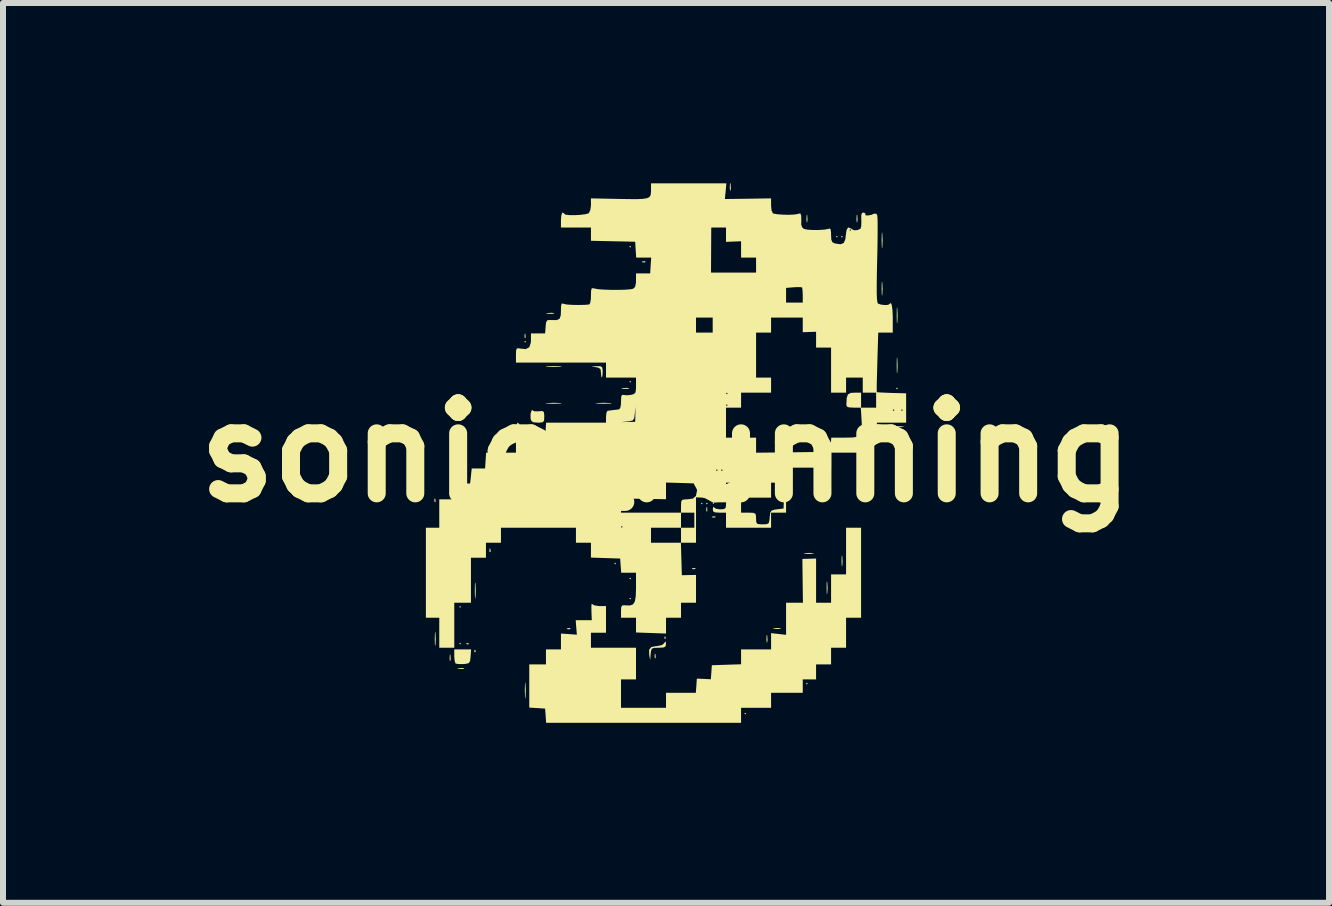
<source format=kicad_pcb>
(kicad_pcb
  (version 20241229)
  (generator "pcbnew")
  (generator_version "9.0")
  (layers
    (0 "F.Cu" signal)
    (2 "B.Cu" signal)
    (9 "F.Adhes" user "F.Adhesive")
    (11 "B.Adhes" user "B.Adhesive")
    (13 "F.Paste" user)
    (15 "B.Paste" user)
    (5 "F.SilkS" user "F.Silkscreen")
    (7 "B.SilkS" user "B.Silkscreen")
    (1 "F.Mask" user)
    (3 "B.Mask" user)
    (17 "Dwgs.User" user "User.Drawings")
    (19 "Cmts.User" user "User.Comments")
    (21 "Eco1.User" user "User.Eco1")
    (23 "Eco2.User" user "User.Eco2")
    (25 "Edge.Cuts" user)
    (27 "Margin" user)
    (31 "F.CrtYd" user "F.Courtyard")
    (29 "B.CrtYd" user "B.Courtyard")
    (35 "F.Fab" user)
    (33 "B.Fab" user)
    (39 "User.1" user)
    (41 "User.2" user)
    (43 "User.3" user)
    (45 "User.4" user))
  (footprint "sonic_running"
    (layer "F.Cu")
    (at 8.05 4.494)
    (property "Reference" "sonic_running" (at 0 0 0) (layer "F.SilkS") (effects (font (size 1.5 1.5) (thickness 0.3))))
    (attr board_only exclude_from_pos_files exclude_from_bom)
    (fp_poly (pts (xy -3.585 0.681) (xy -3.599 0.695) (xy -3.613 0.681) (xy -3.599 0.667)) (stroke (width 0) (type solid)) (fill yes) (layer "F.SilkS"))
    (fp_poly (pts (xy -3.418 2.571) (xy -3.432 2.584) (xy -3.446 2.571) (xy -3.432 2.557)) (stroke (width 0) (type solid)) (fill yes) (layer "F.SilkS"))
    (fp_poly (pts (xy -3.418 3.182) (xy -3.432 3.196) (xy -3.446 3.182) (xy -3.432 3.168)) (stroke (width 0) (type solid)) (fill yes) (layer "F.SilkS"))
    (fp_poly (pts (xy -3.335 0.431) (xy -3.349 0.445) (xy -3.363 0.431) (xy -3.349 0.417)) (stroke (width 0) (type solid)) (fill yes) (layer "F.SilkS"))
    (fp_poly (pts (xy -2.334 -1.848) (xy -2.348 -1.834) (xy -2.362 -1.848) (xy -2.348 -1.862)) (stroke (width 0) (type solid)) (fill yes) (layer "F.SilkS"))
    (fp_poly (pts (xy -0.834 1.848) (xy -0.848 1.862) (xy -0.861 1.848) (xy -0.848 1.834)) (stroke (width 0) (type solid)) (fill yes) (layer "F.SilkS"))
    (fp_poly (pts (xy -0.584 -3.432) (xy -0.597 -3.418) (xy -0.611 -3.432) (xy -0.597 -3.446)) (stroke (width 0) (type solid)) (fill yes) (layer "F.SilkS"))
    (fp_poly (pts (xy -0.584 -1.181) (xy -0.597 -1.167) (xy -0.611 -1.181) (xy -0.597 -1.195)) (stroke (width 0) (type solid)) (fill yes) (layer "F.SilkS"))
    (fp_poly (pts (xy -0.584 2.098) (xy -0.597 2.112) (xy -0.611 2.098) (xy -0.597 2.084)) (stroke (width 0) (type solid)) (fill yes) (layer "F.SilkS"))
    (fp_poly (pts (xy -0.584 2.432) (xy -0.597 2.446) (xy -0.611 2.432) (xy -0.597 2.418)) (stroke (width 0) (type solid)) (fill yes) (layer "F.SilkS"))
    (fp_poly (pts (xy 0.611 0.848) (xy 0.597 0.861) (xy 0.584 0.848) (xy 0.597 0.834)) (stroke (width 0) (type solid)) (fill yes) (layer "F.SilkS"))
    (fp_poly (pts (xy 0.695 0.848) (xy 0.681 0.861) (xy 0.667 0.848) (xy 0.681 0.834)) (stroke (width 0) (type solid)) (fill yes) (layer "F.SilkS"))
    (fp_poly (pts (xy 1.334 4.349) (xy 1.32 4.363) (xy 1.306 4.349) (xy 1.32 4.335)) (stroke (width 0) (type solid)) (fill yes) (layer "F.SilkS"))
    (fp_poly (pts (xy 2.112 0.347) (xy 2.098 0.361) (xy 2.084 0.347) (xy 2.098 0.333)) (stroke (width 0) (type solid)) (fill yes) (layer "F.SilkS"))
    (fp_poly (pts (xy 2.362 3.849) (xy 2.348 3.863) (xy 2.334 3.849) (xy 2.348 3.835)) (stroke (width 0) (type solid)) (fill yes) (layer "F.SilkS"))
    (fp_poly (pts (xy 2.862 -3.599) (xy 2.848 -3.585) (xy 2.835 -3.599) (xy 2.848 -3.613)) (stroke (width 0) (type solid)) (fill yes) (layer "F.SilkS"))
    (fp_poly (pts (xy 2.946 -3.599) (xy 2.932 -3.585) (xy 2.918 -3.599) (xy 2.932 -3.613)) (stroke (width 0) (type solid)) (fill yes) (layer "F.SilkS"))
    (fp_poly (pts (xy 3.613 -0.431) (xy 3.599 -0.417) (xy 3.585 -0.431) (xy 3.599 -0.445)) (stroke (width 0) (type solid)) (fill yes) (layer "F.SilkS"))
    (fp_poly (pts (xy 3.863 -1.07) (xy 3.849 -1.056) (xy 3.835 -1.07) (xy 3.849 -1.084)) (stroke (width 0) (type solid)) (fill yes) (layer "F.SilkS"))
    (fp_poly (pts (xy -3.844 0.773) (xy -3.841 0.816) (xy -3.846 0.826) (xy -3.859 0.818) (xy -3.861 0.79) (xy -3.854 0.76)) (stroke (width 0) (type solid)) (fill yes) (layer "F.SilkS"))
    (fp_poly (pts (xy -3.288 3.177) (xy -3.292 3.194) (xy -3.307 3.196) (xy -3.33 3.186) (xy -3.326 3.177) (xy -3.293 3.174)) (stroke (width 0) (type solid)) (fill yes) (layer "F.SilkS"))
    (fp_poly (pts (xy -3.177 3.288) (xy -3.174 3.321) (xy -3.177 3.326) (xy -3.194 3.322) (xy -3.196 3.307) (xy -3.186 3.284)) (stroke (width 0) (type solid)) (fill yes) (layer "F.SilkS"))
    (fp_poly (pts (xy -2.927 1.607) (xy -2.923 1.65) (xy -2.929 1.66) (xy -2.942 1.652) (xy -2.944 1.623) (xy -2.937 1.594)) (stroke (width 0) (type solid)) (fill yes) (layer "F.SilkS"))
    (fp_poly (pts (xy -2.344 -1.98) (xy -2.34 -1.923) (xy -2.344 -1.911) (xy -2.354 -1.907) (xy -2.358 -1.945) (xy -2.353 -1.985)) (stroke (width 0) (type solid)) (fill yes) (layer "F.SilkS"))
    (fp_poly (pts (xy -1.592 2.929) (xy -1.6 2.942) (xy -1.628 2.944) (xy -1.658 2.937) (xy -1.645 2.927) (xy -1.601 2.923)) (stroke (width 0) (type solid)) (fill yes) (layer "F.SilkS"))
    (fp_poly (pts (xy -0.341 -3.185) (xy -0.349 -3.172) (xy -0.377 -3.17) (xy -0.407 -3.177) (xy -0.394 -3.187) (xy -0.351 -3.19)) (stroke (width 0) (type solid)) (fill yes) (layer "F.SilkS"))
    (fp_poly (pts (xy -0.176 3.356) (xy -0.172 3.413) (xy -0.176 3.425) (xy -0.186 3.429) (xy -0.19 3.39) (xy -0.186 3.351)) (stroke (width 0) (type solid)) (fill yes) (layer "F.SilkS"))
    (fp_poly (pts (xy -0.009 3.066) (xy -0.006 3.099) (xy -0.009 3.103) (xy -0.026 3.099) (xy -0.028 3.085) (xy -0.018 3.062)) (stroke (width 0) (type solid)) (fill yes) (layer "F.SilkS"))
    (fp_poly (pts (xy 0.493 1.929) (xy 0.484 1.941) (xy 0.456 1.943) (xy 0.427 1.936) (xy 0.439 1.926) (xy 0.483 1.923)) (stroke (width 0) (type solid)) (fill yes) (layer "F.SilkS"))
    (fp_poly (pts (xy 0.685 0.91) (xy 0.689 0.967) (xy 0.685 0.98) (xy 0.675 0.983) (xy 0.671 0.945) (xy 0.676 0.905)) (stroke (width 0) (type solid)) (fill yes) (layer "F.SilkS"))
    (fp_poly (pts (xy 0.797 0.815) (xy 0.8 0.848) (xy 0.797 0.852) (xy 0.78 0.848) (xy 0.778 0.834) (xy 0.788 0.811)) (stroke (width 0) (type solid)) (fill yes) (layer "F.SilkS"))
    (fp_poly (pts (xy 0.826 1.067) (xy 0.818 1.08) (xy 0.79 1.082) (xy 0.76 1.075) (xy 0.773 1.065) (xy 0.816 1.062)) (stroke (width 0) (type solid)) (fill yes) (layer "F.SilkS"))
    (fp_poly (pts (xy -3.594 3.37) (xy -3.589 3.44) (xy -3.594 3.467) (xy -3.602 3.475) (xy -3.606 3.437) (xy -3.606 3.418) (xy -3.603 3.368) (xy -3.596 3.362)) (stroke (width 0) (type solid)) (fill yes) (layer "F.SilkS"))
    (fp_poly (pts (xy -3.37 3.594) (xy -3.361 3.602) (xy -3.399 3.606) (xy -3.418 3.606) (xy -3.469 3.603) (xy -3.475 3.596) (xy -3.467 3.594) (xy -3.396 3.589)) (stroke (width 0) (type solid)) (fill yes) (layer "F.SilkS"))
    (fp_poly (pts (xy -1.869 -2.326) (xy -1.862 -2.318) (xy -1.902 -2.314) (xy -1.931 -2.314) (xy -1.985 -2.316) (xy -1.993 -2.323) (xy -1.98 -2.326) (xy -1.907 -2.331)) (stroke (width 0) (type solid)) (fill yes) (layer "F.SilkS"))
    (fp_poly (pts (xy -0.618 -1.075) (xy -0.612 -1.068) (xy -0.651 -1.063) (xy -0.681 -1.063) (xy -0.735 -1.066) (xy -0.743 -1.072) (xy -0.729 -1.076) (xy -0.657 -1.08)) (stroke (width 0) (type solid)) (fill yes) (layer "F.SilkS"))
    (fp_poly (pts (xy 1.076 -4.481) (xy 1.08 -4.408) (xy 1.075 -4.37) (xy 1.068 -4.363) (xy 1.063 -4.403) (xy 1.063 -4.432) (xy 1.066 -4.486) (xy 1.072 -4.494)) (stroke (width 0) (type solid)) (fill yes) (layer "F.SilkS"))
    (fp_poly (pts (xy 1.687 3.05) (xy 1.692 3.123) (xy 1.686 3.161) (xy 1.679 3.168) (xy 1.675 3.128) (xy 1.674 3.099) (xy 1.677 3.045) (xy 1.683 3.037)) (stroke (width 0) (type solid)) (fill yes) (layer "F.SilkS"))
    (fp_poly (pts (xy 1.911 2.927) (xy 1.917 2.934) (xy 1.877 2.938) (xy 1.848 2.939) (xy 1.794 2.936) (xy 1.786 2.93) (xy 1.8 2.926) (xy 1.872 2.922)) (stroke (width 0) (type solid)) (fill yes) (layer "F.SilkS"))
    (fp_poly (pts (xy 2.354 -3.953) (xy 2.358 -3.88) (xy 2.353 -3.842) (xy 2.346 -3.835) (xy 2.342 -3.875) (xy 2.341 -3.904) (xy 2.344 -3.958) (xy 2.35 -3.966)) (stroke (width 0) (type solid)) (fill yes) (layer "F.SilkS"))
    (fp_poly (pts (xy 2.453 1.676) (xy 2.464 1.682) (xy 2.428 1.686) (xy 2.376 1.687) (xy 2.313 1.685) (xy 2.295 1.68) (xy 2.314 1.675) (xy 2.396 1.671)) (stroke (width 0) (type solid)) (fill yes) (layer "F.SilkS"))
    (fp_poly (pts (xy 2.938 1.73) (xy 2.942 1.82) (xy 2.938 1.883) (xy 2.932 1.9) (xy 2.928 1.868) (xy 2.926 1.806) (xy 2.928 1.738) (xy 2.932 1.712)) (stroke (width 0) (type solid)) (fill yes) (layer "F.SilkS"))
    (fp_poly (pts (xy 3.188 -3.953) (xy 3.192 -3.88) (xy 3.187 -3.842) (xy 3.18 -3.835) (xy 3.175 -3.875) (xy 3.175 -3.904) (xy 3.178 -3.958) (xy 3.184 -3.966)) (stroke (width 0) (type solid)) (fill yes) (layer "F.SilkS"))
    (fp_poly (pts (xy 3.495 -0.186) (xy 3.501 -0.178) (xy 3.461 -0.174) (xy 3.432 -0.174) (xy 3.378 -0.176) (xy 3.37 -0.183) (xy 3.384 -0.186) (xy 3.456 -0.191)) (stroke (width 0) (type solid)) (fill yes) (layer "F.SilkS"))
    (fp_poly (pts (xy 3.603 -0.359) (xy 3.604 -0.354) (xy 3.608 -0.293) (xy 3.603 -0.27) (xy 3.594 -0.269) (xy 3.59 -0.313) (xy 3.59 -0.32) (xy 3.594 -0.363)) (stroke (width 0) (type solid)) (fill yes) (layer "F.SilkS"))
    (fp_poly (pts (xy 3.954 -0.436) (xy 3.965 -0.43) (xy 3.928 -0.426) (xy 3.877 -0.425) (xy 3.814 -0.427) (xy 3.795 -0.432) (xy 3.815 -0.437) (xy 3.897 -0.441)) (stroke (width 0) (type solid)) (fill yes) (layer "F.SilkS"))
    (fp_poly (pts (xy 2.687 2.155) (xy 2.688 2.161) (xy 2.693 2.258) (xy 2.688 2.341) (xy 2.682 2.362) (xy 2.679 2.334) (xy 2.677 2.262) (xy 2.677 2.251) (xy 2.678 2.175) (xy 2.682 2.141)) (stroke (width 0) (type solid)) (fill yes) (layer "F.SilkS"))
    (fp_poly (pts (xy -3.844 2.997) (xy -3.843 3.009) (xy -3.838 3.107) (xy -3.842 3.2) (xy -3.843 3.203) (xy -3.848 3.223) (xy -3.852 3.193) (xy -3.854 3.12) (xy -3.854 3.099) (xy -3.852 3.02) (xy -3.849 2.984)) (stroke (width 0) (type solid)) (fill yes) (layer "F.SilkS"))
    (fp_poly (pts (xy -3.178 2.169) (xy -3.175 2.189) (xy -3.171 2.294) (xy -3.174 2.398) (xy -3.176 2.412) (xy -3.18 2.434) (xy -3.184 2.407) (xy -3.186 2.337) (xy -3.186 2.293) (xy -3.185 2.207) (xy -3.182 2.164)) (stroke (width 0) (type solid)) (fill yes) (layer "F.SilkS"))
    (fp_poly (pts (xy -2.344 3.836) (xy -2.342 3.857) (xy -2.337 3.962) (xy -2.341 4.065) (xy -2.342 4.079) (xy -2.347 4.102) (xy -2.35 4.075) (xy -2.352 4.004) (xy -2.353 3.96) (xy -2.351 3.874) (xy -2.348 3.831)) (stroke (width 0) (type solid)) (fill yes) (layer "F.SilkS"))
    (fp_poly (pts (xy -1.771 -1.439) (xy -1.757 -1.437) (xy -1.734 -1.433) (xy -1.761 -1.429) (xy -1.831 -1.427) (xy -1.876 -1.427) (xy -1.962 -1.428) (xy -2.005 -1.431) (xy -2 -1.435) (xy -1.979 -1.438) (xy -1.874 -1.442)) (stroke (width 0) (type solid)) (fill yes) (layer "F.SilkS"))
    (fp_poly (pts (xy -1.771 -0.827) (xy -1.757 -0.826) (xy -1.734 -0.821) (xy -1.761 -0.818) (xy -1.831 -0.816) (xy -1.876 -0.815) (xy -1.962 -0.817) (xy -2.005 -0.82) (xy -2 -0.824) (xy -1.979 -0.826) (xy -1.874 -0.831)) (stroke (width 0) (type solid)) (fill yes) (layer "F.SilkS"))
    (fp_poly (pts (xy -0.937 -0.827) (xy -0.923 -0.826) (xy -0.901 -0.821) (xy -0.927 -0.818) (xy -0.998 -0.816) (xy -1.042 -0.815) (xy -1.128 -0.817) (xy -1.171 -0.82) (xy -1.166 -0.824) (xy -1.146 -0.826) (xy -1.041 -0.831)) (stroke (width 0) (type solid)) (fill yes) (layer "F.SilkS"))
    (fp_poly (pts (xy 3.603 -3.667) (xy 3.605 -3.647) (xy 3.61 -3.542) (xy 3.606 -3.438) (xy 3.605 -3.424) (xy 3.6 -3.402) (xy 3.597 -3.429) (xy 3.595 -3.499) (xy 3.594 -3.543) (xy 3.596 -3.629) (xy 3.599 -3.672)) (stroke (width 0) (type solid)) (fill yes) (layer "F.SilkS"))
    (fp_poly (pts (xy 3.604 -2.839) (xy 3.605 -2.827) (xy 3.61 -2.729) (xy 3.605 -2.636) (xy 3.605 -2.632) (xy 3.6 -2.613) (xy 3.596 -2.643) (xy 3.594 -2.716) (xy 3.594 -2.737) (xy 3.595 -2.816) (xy 3.599 -2.852)) (stroke (width 0) (type solid)) (fill yes) (layer "F.SilkS"))
    (fp_poly (pts (xy 3.853 -2.417) (xy 3.855 -2.396) (xy 3.86 -2.291) (xy 3.856 -2.188) (xy 3.855 -2.174) (xy 3.85 -2.151) (xy 3.847 -2.178) (xy 3.845 -2.248) (xy 3.845 -2.293) (xy 3.846 -2.379) (xy 3.849 -2.422)) (stroke (width 0) (type solid)) (fill yes) (layer "F.SilkS"))
    (fp_poly (pts (xy 3.853 -1.583) (xy 3.855 -1.562) (xy 3.86 -1.457) (xy 3.856 -1.354) (xy 3.855 -1.34) (xy 3.85 -1.317) (xy 3.847 -1.344) (xy 3.845 -1.415) (xy 3.845 -1.459) (xy 3.846 -1.545) (xy 3.849 -1.588)) (stroke (width 0) (type solid)) (fill yes) (layer "F.SilkS"))
    (fp_poly (pts (xy 3.251 -0.875) (xy 3.251 -0.75) (xy 3.128 -0.75) (xy 3.051 -0.754) (xy 3.015 -0.768) (xy 3.006 -0.802) (xy 3.006 -0.813) (xy 3.012 -0.913) (xy 3.032 -0.97) (xy 3.074 -0.995) (xy 3.141 -1) (xy 3.251 -1)) (stroke (width 0) (type solid)) (fill yes) (layer "F.SilkS"))
    (fp_poly (pts (xy -3.257 3.397) (xy -3.265 3.472) (xy -3.286 3.507) (xy -3.335 3.52) (xy -3.377 3.524) (xy -3.453 3.524) (xy -3.503 3.516) (xy -3.509 3.512) (xy -3.522 3.474) (xy -3.529 3.404) (xy -3.529 3.386) (xy -3.529 3.279) (xy -3.389 3.279) (xy -3.248 3.279)) (stroke (width 0) (type solid)) (fill yes) (layer "F.SilkS"))
    (fp_poly (pts (xy -1.092 -1.44) (xy -1.063 -1.421) (xy -1.056 -1.369) (xy -1.056 -1.348) (xy -1.06 -1.283) (xy -1.068 -1.251) (xy -1.07 -1.251) (xy -1.08 -1.275) (xy -1.084 -1.332) (xy -1.091 -1.39) (xy -1.126 -1.416) (xy -1.174 -1.425) (xy -1.23 -1.432) (xy -1.235 -1.436) (xy -1.187 -1.439) (xy -1.16 -1.441)) (stroke (width 0) (type solid)) (fill yes) (layer "F.SilkS"))
    (fp_poly (pts (xy -2.225 -0.707) (xy -2.199 -0.69) (xy -2.136 -0.688) (xy -2.126 -0.689) (xy -2.062 -0.694) (xy -2.035 -0.675) (xy -2.029 -0.62) (xy -2.029 -0.601) (xy -2.032 -0.536) (xy -2.053 -0.507) (xy -2.108 -0.5) (xy -2.137 -0.5) (xy -2.209 -0.506) (xy -2.244 -0.528) (xy -2.257 -0.565) (xy -2.258 -0.64) (xy -2.248 -0.683) (xy -2.231 -0.714)) (stroke (width 0) (type solid)) (fill yes) (layer "F.SilkS"))
    (fp_poly (pts (xy -0.002 3.165) (xy -0.001 3.189) (xy -0.007 3.228) (xy -0.036 3.246) (xy -0.102 3.251) (xy -0.123 3.251) (xy -0.2 3.254) (xy -0.237 3.269) (xy -0.251 3.311) (xy -0.256 3.356) (xy -0.264 3.46) (xy -0.28 3.37) (xy -0.282 3.287) (xy -0.246 3.24) (xy -0.166 3.224) (xy -0.149 3.224) (xy -0.067 3.207) (xy -0.03 3.175) (xy -0.009 3.145)) (stroke (width 0) (type solid)) (fill yes) (layer "F.SilkS"))
    (fp_poly (pts (xy 3.251 2.001) (xy 3.251 2.751) (xy 3.126 2.751) (xy 3.001 2.751) (xy 3.001 3.001) (xy 3.001 3.251) (xy 2.876 3.251) (xy 2.751 3.251) (xy 2.751 3.39) (xy 2.751 3.529) (xy 2.626 3.529) (xy 2.501 3.529) (xy 2.501 3.654) (xy 2.501 3.779) (xy 2.39 3.779) (xy 2.279 3.779) (xy 2.279 3.891) (xy 2.279 4.002) (xy 2.015 4.002) (xy 1.751 4.002) (xy 1.751 4.127) (xy 1.751 4.252) (xy 1.501 4.252) (xy 1.251 4.252) (xy 1.251 4.377) (xy 1.251 4.502) (xy -0.374 4.502) (xy -1.998 4.502) (xy -2.006 4.384) (xy -2.015 4.266) (xy -2.147 4.257) (xy -2.279 4.249) (xy -2.279 3.889) (xy -2.279 3.529) (xy -2.14 3.529) (xy -2.001 3.529) (xy -2.001 3.404) (xy -2.001 3.279) (xy -1.876 3.279) (xy -1.751 3.279) (xy -1.751 3.147) (xy -1.751 3.015) (xy -1.618 3.024) (xy -1.486 3.034) (xy -1.496 2.913) (xy -1.505 2.793) (xy -1.371 2.793) (xy -1.237 2.793) (xy -1.243 2.64) (xy -1.244 2.564) (xy -1.24 2.522) (xy -1.234 2.522) (xy -1.198 2.544) (xy -1.129 2.556) (xy -1.109 2.557) (xy -1 2.557) (xy -1 2.779) (xy -1 3.001) (xy -1.125 3.001) (xy -1.251 3.001) (xy -1.251 3.126) (xy -1.251 3.251) (xy -0.875 3.251) (xy -0.5 3.251) (xy -0.5 3.515) (xy -0.5 3.779) (xy -0.625 3.779) (xy -0.75 3.779) (xy -0.75 4.016) (xy -0.75 4.252) (xy -0.375 4.252) (xy 0 4.252) (xy 0 4.127) (xy 0 4.002) (xy 0.249 4.002) (xy 0.497 4.002) (xy 0.506 3.884) (xy 0.514 3.766) (xy 0.631 3.771) (xy 0.747 3.777) (xy 0.756 3.66) (xy 0.764 3.543) (xy 1.007 3.535) (xy 1.251 3.527) (xy 1.251 3.403) (xy 1.251 3.279) (xy 1.501 3.279) (xy 1.751 3.279) (xy 1.751 3.144) (xy 1.751 3.008) (xy 1.876 3.022) (xy 2.001 3.036) (xy 2.001 2.769) (xy 2.001 2.501) (xy 2.141 2.501) (xy 2.282 2.501) (xy 2.277 2.136) (xy 2.273 1.771) (xy 2.387 1.768) (xy 2.501 1.765) (xy 2.501 2.133) (xy 2.501 2.501) (xy 2.626 2.501) (xy 2.751 2.501) (xy 2.751 2.265) (xy 2.751 2.029) (xy 2.876 2.029) (xy 3.001 2.029) (xy 3.001 1.64) (xy 3.001 1.251) (xy 3.126 1.251) (xy 3.251 1.251)) (stroke (width 0) (type solid)) (fill yes) (layer "F.SilkS"))
    (fp_poly (pts (xy 0.994 -4.358) (xy 0.981 -4.227) (xy 1.366 -4.232) (xy 1.751 -4.238) (xy 1.751 -4.119) (xy 1.759 -4.035) (xy 1.781 -3.989) (xy 1.787 -3.986) (xy 1.847 -3.974) (xy 1.939 -3.967) (xy 2.041 -3.964) (xy 2.133 -3.968) (xy 2.195 -3.977) (xy 2.202 -3.98) (xy 2.238 -3.988) (xy 2.252 -3.955) (xy 2.254 -3.926) (xy 2.255 -3.851) (xy 2.253 -3.802) (xy 2.271 -3.752) (xy 2.298 -3.73) (xy 2.354 -3.717) (xy 2.442 -3.711) (xy 2.544 -3.711) (xy 2.638 -3.717) (xy 2.705 -3.729) (xy 2.719 -3.735) (xy 2.74 -3.73) (xy 2.75 -3.678) (xy 2.751 -3.629) (xy 2.755 -3.549) (xy 2.772 -3.508) (xy 2.81 -3.488) (xy 2.818 -3.486) (xy 2.909 -3.473) (xy 2.963 -3.495) (xy 2.989 -3.56) (xy 2.996 -3.62) (xy 3.009 -3.71) (xy 3.057 -3.71) (xy 3.071 -3.696) (xy 3.085 -3.71) (xy 3.071 -3.724) (xy 3.057 -3.71) (xy 3.009 -3.71) (xy 3.009 -3.711) (xy 3.033 -3.75) (xy 3.043 -3.752) (xy 3.089 -3.734) (xy 3.098 -3.724) (xy 3.137 -3.706) (xy 3.195 -3.71) (xy 3.242 -3.733) (xy 3.253 -3.771) (xy 3.256 -3.843) (xy 3.255 -3.878) (xy 3.254 -3.957) (xy 3.267 -3.994) (xy 3.293 -4.002) (xy 3.323 -3.988) (xy 3.32 -3.973) (xy 3.328 -3.955) (xy 3.369 -3.953) (xy 3.424 -3.964) (xy 3.467 -3.983) (xy 3.504 -3.982) (xy 3.52 -3.958) (xy 3.524 -3.918) (xy 3.527 -3.831) (xy 3.527 -3.704) (xy 3.526 -3.546) (xy 3.523 -3.365) (xy 3.519 -3.208) (xy 3.514 -2.972) (xy 3.512 -2.787) (xy 3.512 -2.65) (xy 3.516 -2.557) (xy 3.524 -2.503) (xy 3.532 -2.485) (xy 3.584 -2.467) (xy 3.648 -2.46) (xy 3.702 -2.463) (xy 3.724 -2.478) (xy 3.741 -2.492) (xy 3.752 -2.487) (xy 3.764 -2.453) (xy 3.774 -2.378) (xy 3.779 -2.275) (xy 3.779 -2.235) (xy 3.779 -2.001) (xy 3.658 -2.001) (xy 3.537 -2.001) (xy 3.522 -1.508) (xy 3.518 -1.348) (xy 3.514 -1.21) (xy 3.512 -1.101) (xy 3.512 -1.031) (xy 3.513 -1.008) (xy 3.541 -1.005) (xy 3.612 -1.001) (xy 3.712 -0.997) (xy 3.76 -0.995) (xy 4.002 -0.989) (xy 4.002 -0.744) (xy 4.002 -0.5) (xy 3.759 -0.5) (xy 3.515 -0.5) (xy 3.515 -0.382) (xy 3.515 -0.264) (xy 3.383 -0.256) (xy 3.251 -0.247) (xy 3.251 -0.124) (xy 3.251 0) (xy 3.001 0) (xy 2.751 0) (xy 2.751 0.125) (xy 2.751 0.25) (xy 2.376 0.25) (xy 2.001 0.25) (xy 2.001 0.625) (xy 2.001 1) (xy 1.876 1) (xy 1.751 1) (xy 1.751 1.125) (xy 1.751 1.251) (xy 1.376 1.251) (xy 1 1.251) (xy 1 1.125) (xy 1 1) (xy 0.889 1) (xy 0.818 0.996) (xy 0.786 0.979) (xy 0.78 0.939) (xy 0.78 0.938) (xy 0.787 0.903) (xy 0.797 0.91) (xy 0.831 0.934) (xy 0.897 0.945) (xy 0.905 0.945) (xy 0.97 0.94) (xy 0.996 0.915) (xy 1 0.861) (xy 1.004 0.81) (xy 1.025 0.786) (xy 1.078 0.779) (xy 1.125 0.778) (xy 1.251 0.778) (xy 1.251 0.889) (xy 1.251 1) (xy 1.376 1) (xy 1.452 1.003) (xy 1.489 1.017) (xy 1.5 1.054) (xy 1.501 1.098) (xy 1.504 1.16) (xy 1.525 1.188) (xy 1.58 1.195) (xy 1.61 1.195) (xy 1.679 1.192) (xy 1.712 1.174) (xy 1.724 1.124) (xy 1.728 1.077) (xy 1.737 1.002) (xy 1.758 0.966) (xy 1.809 0.95) (xy 1.848 0.945) (xy 1.959 0.931) (xy 1.967 0.716) (xy 1.975 0.5) (xy 1.863 0.5) (xy 1.751 0.5) (xy 1.751 0.625) (xy 1.751 0.75) (xy 1.501 0.75) (xy 1.251 0.75) (xy 1.251 0.625) (xy 1.251 0.5) (xy 1.125 0.5) (xy 1 0.5) (xy 1 0.625) (xy 1 0.75) (xy 0.896 0.754) (xy 0.804 0.755) (xy 0.692 0.753) (xy 0.646 0.751) (xy 0.5 0.745) (xy 0.5 1.123) (xy 0.5 1.501) (xy 0.374 1.501) (xy 0.25 1.501) (xy 0.25 1.376) (xy 0.25 1.251) (xy 0.361 1.251) (xy 0.472 1.251) (xy 0.472 1.125) (xy 0.472 1) (xy 0.361 1) (xy 0.25 1) (xy 0.25 1.125) (xy 0.25 1.251) (xy 0 1.251) (xy -0.25 1.251) (xy -0.25 1.376) (xy -0.25 1.501) (xy 0 1.501) (xy 0.248 1.501) (xy 0.256 1.772) (xy 0.264 2.043) (xy 0.382 2.04) (xy 0.5 2.038) (xy 0.5 2.269) (xy 0.5 2.501) (xy 0.375 2.501) (xy 0.25 2.501) (xy 0.25 2.626) (xy 0.25 2.751) (xy 0.125 2.751) (xy 0 2.751) (xy 0.000063 2.883) (xy 0.000127 3.015) (xy -0.25 3.006) (xy -0.5 2.997) (xy -0.5 2.874) (xy -0.5 2.751) (xy -0.625 2.751) (xy -0.75 2.751) (xy -0.75 2.644) (xy -0.747 2.575) (xy -0.729 2.546) (xy -0.687 2.544) (xy -0.676 2.545) (xy -0.599 2.547) (xy -0.549 2.528) (xy -0.519 2.479) (xy -0.504 2.392) (xy -0.5 2.259) (xy -0.5 2.25) (xy -0.5 2.001) (xy -0.624 2.001) (xy -0.747 2.001) (xy -0.756 1.883) (xy -0.764 1.765) (xy -1.007 1.757) (xy -1.251 1.749) (xy -1.251 1.625) (xy -1.251 1.501) (xy -1.376 1.501) (xy -1.501 1.501) (xy -1.501 1.376) (xy -1.501 1.251) (xy -2.126 1.251) (xy -2.751 1.251) (xy -2.751 1.376) (xy -2.751 1.501) (xy -2.876 1.501) (xy -3.001 1.501) (xy -3.001 1.626) (xy -3.001 1.751) (xy -3.126 1.751) (xy -3.251 1.751) (xy -3.251 2.126) (xy -3.251 2.501) (xy -3.39 2.501) (xy -3.529 2.501) (xy -3.529 2.876) (xy -3.529 3.251) (xy -3.654 3.251) (xy -3.779 3.251) (xy -3.779 3.001) (xy -3.779 2.751) (xy -3.891 2.751) (xy -4.002 2.751) (xy -4.002 2.001) (xy -4.002 1.251) (xy -3.891 1.251) (xy -3.779 1.251) (xy -3.779 1.237) (xy -0.75 1.237) (xy -0.736 1.251) (xy -0.723 1.237) (xy -0.736 1.223) (xy -0.75 1.237) (xy -3.779 1.237) (xy -3.779 1.014) (xy -3.779 0.778) (xy -3.656 0.778) (xy -3.532 0.778) (xy -3.531 0.764) (xy -0.75 0.764) (xy -0.75 0.882) (xy -0.75 1) (xy -0.25 1) (xy 0.25 1) (xy 0.25 0.889) (xy 0.253 0.818) (xy 0.271 0.787) (xy 0.322 0.778) (xy 0.36 0.778) (xy 0.449 0.765) (xy 0.499 0.721) (xy 0.516 0.637) (xy 0.517 0.597) (xy 0.514 0.514) (xy 0.257 0.506) (xy 0 0.498) (xy 0 0.637) (xy 0 0.776) (xy -0.375 0.77) (xy -0.75 0.764) (xy -3.531 0.764) (xy -3.524 0.648) (xy -3.515 0.518) (xy -3.39 0.516) (xy -3.265 0.514) (xy -3.251 0.389) (xy -3.241 0.292) (xy 0.834 0.292) (xy 0.848 0.306) (xy 0.861 0.292) (xy 0.917 0.292) (xy 0.931 0.306) (xy 0.945 0.292) (xy 0.931 0.278) (xy 0.917 0.292) (xy 0.861 0.292) (xy 0.848 0.278) (xy 0.834 0.292) (xy -3.241 0.292) (xy -3.238 0.264) (xy -3.126 0.264) (xy -3.015 0.264) (xy -3.007 0.132) (xy -2.998 0) (xy -2.75 0) (xy -2.501 0) (xy -2.501 -0.25) (xy -2.498 -0.37) (xy -2.49 -0.455) (xy -2.478 -0.497) (xy -2.473 -0.5) (xy -2.447 -0.479) (xy -2.446 -0.469) (xy -2.421 -0.45) (xy -2.362 -0.451) (xy -2.308 -0.455) (xy -2.285 -0.436) (xy -2.279 -0.381) (xy -2.279 -0.355) (xy -2.279 -0.247) (xy -2.147 -0.256) (xy -2.015 -0.264) (xy -2.006 -0.382) (xy -1.998 -0.5) (xy -1.499 -0.5) (xy -1 -0.5) (xy -1 -0.509) (xy -0.751 -0.509) (xy -0.632 -0.511) (xy -0.514 -0.514) (xy -0.511 -0.639) (xy -0.508 -0.75) (xy 1 -0.75) (xy 1 -0.5) (xy 1 -0.25) (xy 1.251 -0.25) (xy 1.501 -0.25) (xy 1.501 -0.125) (xy 1.501 0.001) (xy 2.119 -0.006) (xy 2.737 -0.014) (xy 2.746 -0.132) (xy 2.754 -0.25) (xy 2.988 -0.25) (xy 3.116 -0.253) (xy 3.198 -0.267) (xy 3.244 -0.302) (xy 3.263 -0.368) (xy 3.263 -0.475) (xy 3.259 -0.549) (xy 3.249 -0.709) (xy 3.779 -0.709) (xy 3.793 -0.695) (xy 3.807 -0.709) (xy 3.918 -0.709) (xy 3.932 -0.695) (xy 3.946 -0.709) (xy 3.932 -0.723) (xy 3.918 -0.709) (xy 3.807 -0.709) (xy 3.793 -0.723) (xy 3.779 -0.709) (xy 3.249 -0.709) (xy 3.246 -0.75) (xy 3.374 -0.75) (xy 3.502 -0.75) (xy 3.502 -0.875) (xy 3.502 -1) (xy 3.39 -1) (xy 3.279 -1) (xy 3.279 -1.125) (xy 3.279 -1.251) (xy 3.14 -1.251) (xy 3.001 -1.251) (xy 3.001 -1.125) (xy 3.001 -1) (xy 2.876 -1) (xy 2.751 -1) (xy 2.751 -1.376) (xy 2.751 -1.751) (xy 2.626 -1.751) (xy 2.501 -1.751) (xy 2.501 -1.883) (xy 2.501 -2.015) (xy 2.39 -2.011) (xy 2.279 -2.007) (xy 2.279 -2.129) (xy 2.279 -2.251) (xy 2.015 -2.251) (xy 1.751 -2.251) (xy 1.751 -2.126) (xy 1.751 -2.001) (xy 1.626 -2.001) (xy 1.501 -2.001) (xy 1.501 -1.626) (xy 1.501 -1.251) (xy 1.626 -1.251) (xy 1.751 -1.251) (xy 1.751 -1.125) (xy 1.751 -1) (xy 1.501 -1) (xy 1.251 -1) (xy 1.251 -0.875) (xy 1.251 -0.75) (xy 1.125 -0.75) (xy 1 -0.75) (xy -0.508 -0.75) (xy -0.508 -0.764) (xy -0.52 -0.648) (xy -0.53 -0.574) (xy -0.553 -0.538) (xy -0.605 -0.524) (xy -0.641 -0.52) (xy -0.751 -0.509) (xy -1 -0.509) (xy -1 -0.597) (xy -0.993 -0.663) (xy -0.976 -0.697) (xy -0.973 -0.698) (xy -0.923 -0.704) (xy -0.889 -0.709) (xy -0.821 -0.716) (xy -0.792 -0.719) (xy -0.764 -0.739) (xy -0.753 -0.792) (xy 1 -0.792) (xy 1.014 -0.778) (xy 1.028 -0.792) (xy 1.014 -0.806) (xy 1 -0.792) (xy -0.753 -0.792) (xy -0.752 -0.799) (xy -0.75 -0.851) (xy -0.747 -0.929) (xy -0.734 -0.962) (xy -0.708 -0.962) (xy -0.652 -0.956) (xy -0.583 -0.963) (xy -0.533 -0.977) (xy -0.525 -0.987) (xy 1 -0.987) (xy 1.014 -0.973) (xy 1.028 -0.987) (xy 1.014 -1) (xy 1 -0.987) (xy -0.525 -0.987) (xy -0.509 -1.004) (xy -0.501 -1.06) (xy -0.5 -1.115) (xy -0.5 -1.251) (xy -0.75 -1.251) (xy -1 -1.251) (xy -1 -1.376) (xy -1 -1.501) (xy -1.751 -1.501) (xy -2.501 -1.501) (xy -2.501 -1.626) (xy -2.499 -1.703) (xy -2.487 -1.736) (xy -2.458 -1.74) (xy -2.434 -1.735) (xy -2.338 -1.726) (xy -2.279 -1.757) (xy -2.253 -1.833) (xy -2.251 -1.871) (xy -2.251 -1.987) (xy -2.133 -1.987) (xy -2.015 -1.987) (xy -2.006 -2.102) (xy -2.004 -2.126) (xy 0.5 -2.126) (xy 0.5 -2.001) (xy 0.639 -2.001) (xy 0.778 -2.001) (xy 0.778 -2.126) (xy 0.778 -2.251) (xy 0.639 -2.251) (xy 0.5 -2.251) (xy 0.5 -2.126) (xy -2.004 -2.126) (xy -1.998 -2.174) (xy -1.979 -2.206) (xy -1.936 -2.211) (xy -1.909 -2.21) (xy -1.822 -2.209) (xy -1.774 -2.232) (xy -1.754 -2.289) (xy -1.751 -2.366) (xy -1.749 -2.447) (xy -1.739 -2.483) (xy -1.716 -2.485) (xy -1.702 -2.479) (xy -1.653 -2.469) (xy -1.567 -2.463) (xy -1.463 -2.461) (xy -1.357 -2.463) (xy -1.278 -2.47) (xy -1.263 -2.497) (xy -1.252 -2.563) (xy -1.251 -2.614) (xy -1.249 -2.696) (xy -1.24 -2.735) (xy -1.216 -2.742) (xy -1.188 -2.734) (xy -1.13 -2.724) (xy -1.033 -2.717) (xy -0.915 -2.713) (xy -0.791 -2.713) (xy -0.677 -2.716) (xy -0.589 -2.723) (xy -0.549 -2.731) (xy -0.533 -2.746) (xy 2.001 -2.746) (xy 2.001 -2.623) (xy 2.001 -2.501) (xy 2.14 -2.501) (xy 2.279 -2.501) (xy 2.279 -2.622) (xy 2.276 -2.698) (xy 2.27 -2.747) (xy 2.267 -2.754) (xy 2.234 -2.759) (xy 2.166 -2.758) (xy 2.128 -2.756) (xy 2.001 -2.746) (xy -0.533 -2.746) (xy -0.515 -2.762) (xy -0.501 -2.829) (xy -0.5 -2.868) (xy -0.5 -2.987) (xy -0.382 -2.987) (xy -0.264 -2.987) (xy -0.263 -3.001) (xy 0.75 -3.001) (xy 1.125 -3.001) (xy 1.501 -3.001) (xy 1.501 -3.126) (xy 1.501 -3.251) (xy 1.376 -3.251) (xy 1.251 -3.251) (xy 1.251 -3.387) (xy 1.251 -3.523) (xy 1.125 -3.518) (xy 1 -3.513) (xy 1 -3.632) (xy 1 -3.752) (xy 0.877 -3.752) (xy 0.754 -3.752) (xy 0.752 -3.376) (xy 0.75 -3.001) (xy -0.263 -3.001) (xy -0.256 -3.119) (xy -0.247 -3.251) (xy -0.372 -3.251) (xy -0.497 -3.251) (xy -0.506 -3.383) (xy -0.514 -3.515) (xy -0.882 -3.523) (xy -1.251 -3.531) (xy -1.251 -3.641) (xy -1.251 -3.752) (xy -1.501 -3.752) (xy -1.751 -3.752) (xy -1.751 -3.877) (xy -1.745 -3.951) (xy -1.731 -3.996) (xy -1.723 -4.002) (xy -1.696 -3.984) (xy -1.695 -3.979) (xy -1.67 -3.965) (xy -1.607 -3.959) (xy -1.521 -3.958) (xy -1.43 -3.963) (xy -1.349 -3.973) (xy -1.295 -3.987) (xy -1.285 -3.993) (xy -1.262 -4.041) (xy -1.251 -4.116) (xy -1.251 -4.132) (xy -1.251 -4.238) (xy -0.816 -4.229) (xy -0.625 -4.226) (xy -0.483 -4.225) (xy -0.382 -4.23) (xy -0.316 -4.241) (xy -0.276 -4.261) (xy -0.257 -4.291) (xy -0.251 -4.333) (xy -0.25 -4.37) (xy -0.25 -4.488) (xy 0.378 -4.488) (xy 1.006 -4.488)) (stroke (width 0) (type solid)) (fill yes) (layer "F.SilkS")))
  (gr_rect
    (start -3 -3)
    (end 19.1 11.996)
    (stroke (width 0.1) (type default))
    (fill no)
    (layer "Edge.Cuts")))
</source>
